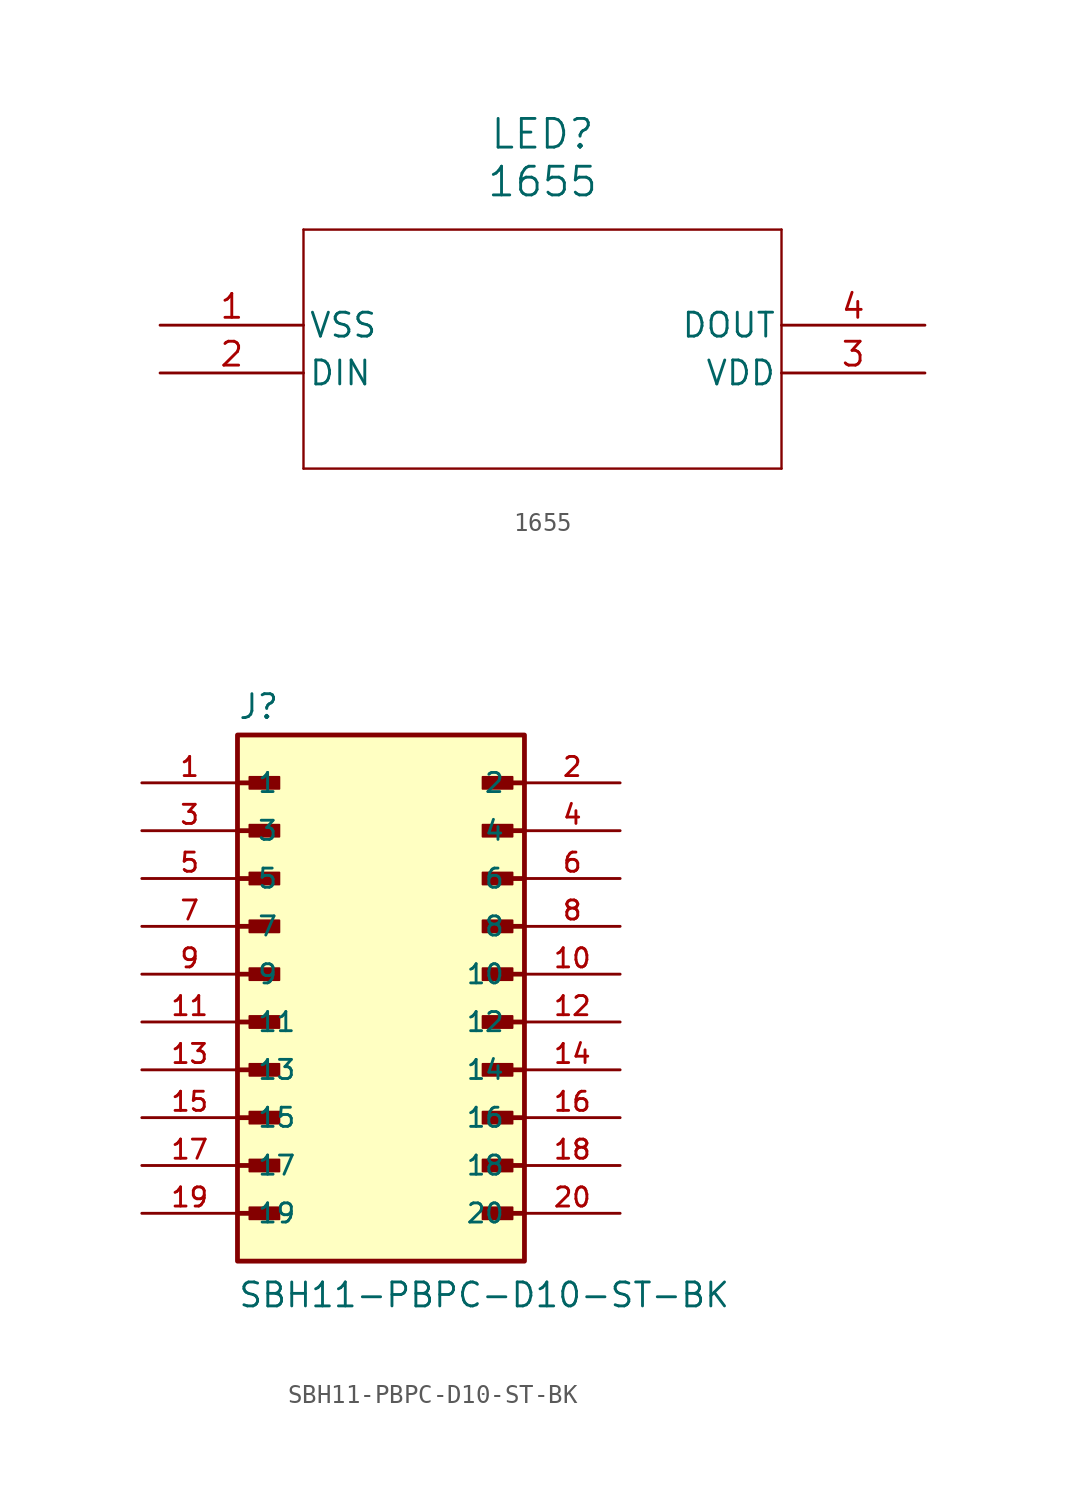
<source format=kicad_sym>
(kicad_symbol_lib
  (version 20231120)
  (generator "kicad_symbol_editor")
  (generator_version "8.0")
  (symbol "1655"
    (pin_names
      (offset 0.254))
    (property "Reference" "LED"
      (at 20.32 10.16 0)
      (effects (font (size 1.524 1.524))))
    (property "Value" "1655"
      (at 20.32 7.62 0)
      (effects (font (size 1.524 1.524))))
    (symbol "1655_0_1"
      (polyline (pts (xy 7.62 -7.62) (xy 33.02 -7.62)) (stroke (width 0.127) (type default)) (fill (type none)))
      (polyline (pts (xy 7.62 5.08) (xy 7.62 -7.62)) (stroke (width 0.127) (type default)) (fill (type none)))
      (polyline (pts (xy 33.02 -7.62) (xy 33.02 5.08)) (stroke (width 0.127) (type default)) (fill (type none)))
      (polyline (pts (xy 33.02 5.08) (xy 7.62 5.08)) (stroke (width 0.127) (type default)) (fill (type none))))
    (symbol "1655_1_1"
      (pin unspecified line (at 0 0 0) (length 7.62) (name "VSS" (effects (font (size 1.27 1.27)))) (number "1" (effects (font (size 1.27 1.27)))))
      (pin unspecified line (at 0 -2.54 0) (length 7.62) (name "DIN" (effects (font (size 1.27 1.27)))) (number "2" (effects (font (size 1.27 1.27)))))
      (pin unspecified line (at 40.64 -2.54 180) (length 7.62) (name "VDD" (effects (font (size 1.27 1.27)))) (number "3" (effects (font (size 1.27 1.27)))))
      (pin unspecified line (at 40.64 0 180) (length 7.62) (name "DOUT" (effects (font (size 1.27 1.27)))) (number "4" (effects (font (size 1.27 1.27)))))))
  (symbol "SBH11-PBPC-D10-ST-BK"
    (pin_names
      (offset 1.016))
    (property "Reference" "J"
      (at -7.62 16.002 0)
      (effects (font (size 1.27 1.27)) (justify left bottom)))
    (property "Value" "SBH11-PBPC-D10-ST-BK"
      (at -7.62 -15.24 0)
      (effects (font (size 1.27 1.27)) (justify left bottom)))
    (symbol "SBH11-PBPC-D10-ST-BK_0_0"
      (rectangle (start -7.62 -12.7) (end 7.62 15.24) (stroke (width 0.254) (type default)) (fill (type background)))
      (rectangle (start -6.985 -10.477) (end -5.397 -9.842) (stroke (width 0.1) (type default)) (fill (type outline)))
      (rectangle (start -6.985 -7.938) (end -5.397 -7.303) (stroke (width 0.1) (type default)) (fill (type outline)))
      (rectangle (start -6.985 -5.397) (end -5.397 -4.763) (stroke (width 0.1) (type default)) (fill (type outline)))
      (rectangle (start -6.985 -2.857) (end -5.397 -2.223) (stroke (width 0.1) (type default)) (fill (type outline)))
      (rectangle (start -6.985 -0.318) (end -5.397 0.318) (stroke (width 0.1) (type default)) (fill (type outline)))
      (rectangle (start -6.985 2.223) (end -5.397 2.857) (stroke (width 0.1) (type default)) (fill (type outline)))
      (rectangle (start -6.985 4.763) (end -5.397 5.397) (stroke (width 0.1) (type default)) (fill (type outline)))
      (rectangle (start -6.985 7.303) (end -5.397 7.938) (stroke (width 0.1) (type default)) (fill (type outline)))
      (rectangle (start -6.985 9.842) (end -5.397 10.477) (stroke (width 0.1) (type default)) (fill (type outline)))
      (rectangle (start -6.985 12.383) (end -5.397 13.018) (stroke (width 0.1) (type default)) (fill (type outline)))
      (polyline (pts (xy -7.62 -10.16) (xy -5.715 -10.16)) (stroke (width 0.254) (type default)) (fill (type none)))
      (polyline (pts (xy -7.62 -7.62) (xy -5.715 -7.62)) (stroke (width 0.254) (type default)) (fill (type none)))
      (polyline (pts (xy -7.62 -5.08) (xy -5.715 -5.08)) (stroke (width 0.254) (type default)) (fill (type none)))
      (polyline (pts (xy -7.62 -2.54) (xy -5.715 -2.54)) (stroke (width 0.254) (type default)) (fill (type none)))
      (polyline (pts (xy -7.62 0) (xy -5.715 0)) (stroke (width 0.254) (type default)) (fill (type none)))
      (polyline (pts (xy -7.62 2.54) (xy -5.715 2.54)) (stroke (width 0.254) (type default)) (fill (type none)))
      (polyline (pts (xy -7.62 5.08) (xy -5.715 5.08)) (stroke (width 0.254) (type default)) (fill (type none)))
      (polyline (pts (xy -7.62 7.62) (xy -5.715 7.62)) (stroke (width 0.254) (type default)) (fill (type none)))
      (polyline (pts (xy -7.62 10.16) (xy -5.715 10.16)) (stroke (width 0.254) (type default)) (fill (type none)))
      (polyline (pts (xy -7.62 12.7) (xy -5.715 12.7)) (stroke (width 0.254) (type default)) (fill (type none)))
      (polyline (pts (xy 7.62 -10.16) (xy 5.715 -10.16)) (stroke (width 0.254) (type default)) (fill (type none)))
      (polyline (pts (xy 7.62 -7.62) (xy 5.715 -7.62)) (stroke (width 0.254) (type default)) (fill (type none)))
      (polyline (pts (xy 7.62 -5.08) (xy 5.715 -5.08)) (stroke (width 0.254) (type default)) (fill (type none)))
      (polyline (pts (xy 7.62 -2.54) (xy 5.715 -2.54)) (stroke (width 0.254) (type default)) (fill (type none)))
      (polyline (pts (xy 7.62 0) (xy 5.715 0)) (stroke (width 0.254) (type default)) (fill (type none)))
      (polyline (pts (xy 7.62 2.54) (xy 5.715 2.54)) (stroke (width 0.254) (type default)) (fill (type none)))
      (polyline (pts (xy 7.62 5.08) (xy 5.715 5.08)) (stroke (width 0.254) (type default)) (fill (type none)))
      (polyline (pts (xy 7.62 7.62) (xy 5.715 7.62)) (stroke (width 0.254) (type default)) (fill (type none)))
      (polyline (pts (xy 7.62 10.16) (xy 5.715 10.16)) (stroke (width 0.254) (type default)) (fill (type none)))
      (polyline (pts (xy 7.62 12.7) (xy 5.715 12.7)) (stroke (width 0.254) (type default)) (fill (type none)))
      (rectangle (start 5.397 -10.477) (end 6.985 -9.842) (stroke (width 0.1) (type default)) (fill (type outline)))
      (rectangle (start 5.397 -7.938) (end 6.985 -7.303) (stroke (width 0.1) (type default)) (fill (type outline)))
      (rectangle (start 5.397 -5.397) (end 6.985 -4.763) (stroke (width 0.1) (type default)) (fill (type outline)))
      (rectangle (start 5.397 -2.857) (end 6.985 -2.223) (stroke (width 0.1) (type default)) (fill (type outline)))
      (rectangle (start 5.397 -0.318) (end 6.985 0.318) (stroke (width 0.1) (type default)) (fill (type outline)))
      (rectangle (start 5.397 2.223) (end 6.985 2.857) (stroke (width 0.1) (type default)) (fill (type outline)))
      (rectangle (start 5.397 4.763) (end 6.985 5.397) (stroke (width 0.1) (type default)) (fill (type outline)))
      (rectangle (start 5.397 7.303) (end 6.985 7.938) (stroke (width 0.1) (type default)) (fill (type outline)))
      (rectangle (start 5.397 9.842) (end 6.985 10.477) (stroke (width 0.1) (type default)) (fill (type outline)))
      (rectangle (start 5.397 12.383) (end 6.985 13.018) (stroke (width 0.1) (type default)) (fill (type outline)))
      (pin passive line (at -12.7 12.7 0) (length 5.08) (name "1" (effects (font (size 1.016 1.016)))) (number "1" (effects (font (size 1.016 1.016)))))
      (pin passive line (at 12.7 2.54 180) (length 5.08) (name "10" (effects (font (size 1.016 1.016)))) (number "10" (effects (font (size 1.016 1.016)))))
      (pin passive line (at -12.7 0 0) (length 5.08) (name "11" (effects (font (size 1.016 1.016)))) (number "11" (effects (font (size 1.016 1.016)))))
      (pin passive line (at 12.7 0 180) (length 5.08) (name "12" (effects (font (size 1.016 1.016)))) (number "12" (effects (font (size 1.016 1.016)))))
      (pin passive line (at -12.7 -2.54 0) (length 5.08) (name "13" (effects (font (size 1.016 1.016)))) (number "13" (effects (font (size 1.016 1.016)))))
      (pin passive line (at 12.7 -2.54 180) (length 5.08) (name "14" (effects (font (size 1.016 1.016)))) (number "14" (effects (font (size 1.016 1.016)))))
      (pin passive line (at -12.7 -5.08 0) (length 5.08) (name "15" (effects (font (size 1.016 1.016)))) (number "15" (effects (font (size 1.016 1.016)))))
      (pin passive line (at 12.7 -5.08 180) (length 5.08) (name "16" (effects (font (size 1.016 1.016)))) (number "16" (effects (font (size 1.016 1.016)))))
      (pin passive line (at -12.7 -7.62 0) (length 5.08) (name "17" (effects (font (size 1.016 1.016)))) (number "17" (effects (font (size 1.016 1.016)))))
      (pin passive line (at 12.7 -7.62 180) (length 5.08) (name "18" (effects (font (size 1.016 1.016)))) (number "18" (effects (font (size 1.016 1.016)))))
      (pin passive line (at -12.7 -10.16 0) (length 5.08) (name "19" (effects (font (size 1.016 1.016)))) (number "19" (effects (font (size 1.016 1.016)))))
      (pin passive line (at 12.7 12.7 180) (length 5.08) (name "2" (effects (font (size 1.016 1.016)))) (number "2" (effects (font (size 1.016 1.016)))))
      (pin passive line (at 12.7 -10.16 180) (length 5.08) (name "20" (effects (font (size 1.016 1.016)))) (number "20" (effects (font (size 1.016 1.016)))))
      (pin passive line (at -12.7 10.16 0) (length 5.08) (name "3" (effects (font (size 1.016 1.016)))) (number "3" (effects (font (size 1.016 1.016)))))
      (pin passive line (at 12.7 10.16 180) (length 5.08) (name "4" (effects (font (size 1.016 1.016)))) (number "4" (effects (font (size 1.016 1.016)))))
      (pin passive line (at -12.7 7.62 0) (length 5.08) (name "5" (effects (font (size 1.016 1.016)))) (number "5" (effects (font (size 1.016 1.016)))))
      (pin passive line (at 12.7 7.62 180) (length 5.08) (name "6" (effects (font (size 1.016 1.016)))) (number "6" (effects (font (size 1.016 1.016)))))
      (pin passive line (at -12.7 5.08 0) (length 5.08) (name "7" (effects (font (size 1.016 1.016)))) (number "7" (effects (font (size 1.016 1.016)))))
      (pin passive line (at 12.7 5.08 180) (length 5.08) (name "8" (effects (font (size 1.016 1.016)))) (number "8" (effects (font (size 1.016 1.016)))))
      (pin passive line (at -12.7 2.54 0) (length 5.08) (name "9" (effects (font (size 1.016 1.016)))) (number "9" (effects (font (size 1.016 1.016))))))))
</source>
